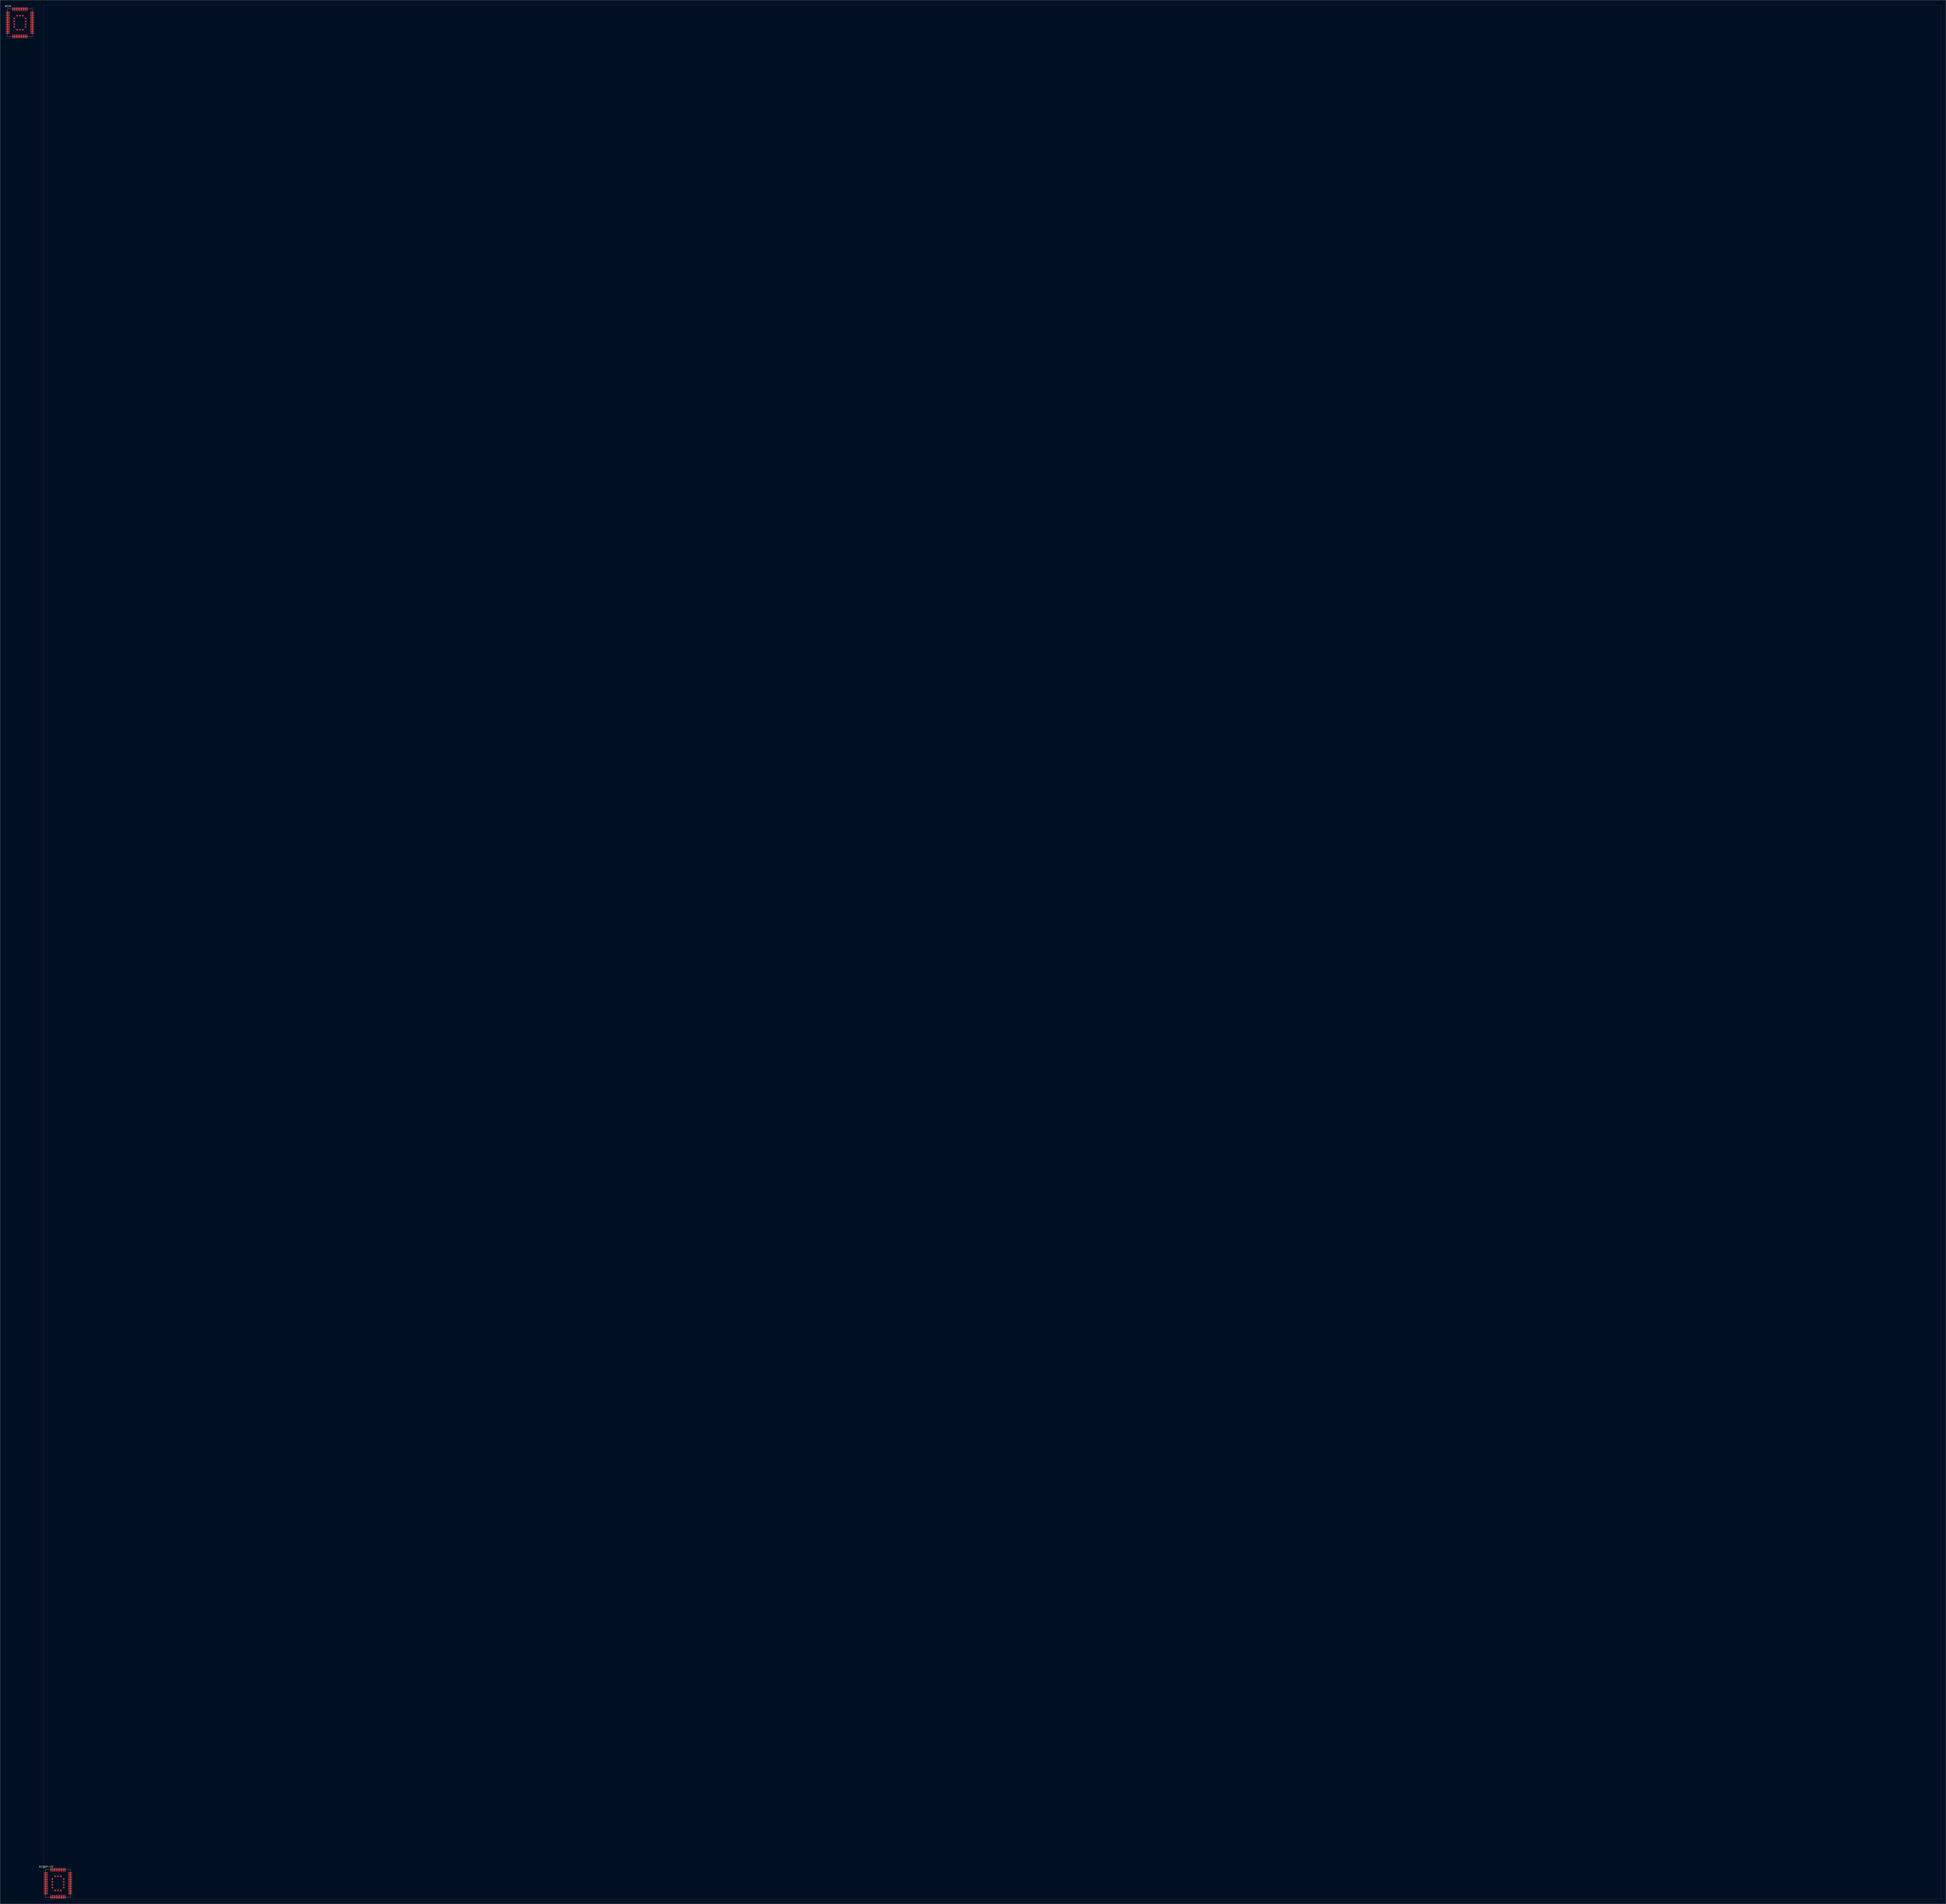
<source format=kicad_pcb>
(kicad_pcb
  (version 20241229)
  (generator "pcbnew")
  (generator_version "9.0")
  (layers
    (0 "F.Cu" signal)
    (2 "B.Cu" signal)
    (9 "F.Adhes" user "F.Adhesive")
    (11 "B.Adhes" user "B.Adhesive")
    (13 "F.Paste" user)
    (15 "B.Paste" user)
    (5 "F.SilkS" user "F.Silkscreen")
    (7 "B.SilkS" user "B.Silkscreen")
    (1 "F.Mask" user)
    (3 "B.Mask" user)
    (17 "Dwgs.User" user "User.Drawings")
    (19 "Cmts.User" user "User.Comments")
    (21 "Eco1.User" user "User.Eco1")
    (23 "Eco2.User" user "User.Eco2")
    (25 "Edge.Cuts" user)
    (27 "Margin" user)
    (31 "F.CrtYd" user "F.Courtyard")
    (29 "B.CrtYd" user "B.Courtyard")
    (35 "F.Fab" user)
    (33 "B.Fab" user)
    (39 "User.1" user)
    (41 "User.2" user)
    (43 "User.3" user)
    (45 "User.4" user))
  (footprint "BC25"
    (layer "F.Cu")
    (at 9.656 11.403)
    (property "Reference" "BC25" (at -7.579 -10.554 0) (layer "F.SilkS") (effects (font (size 1 1) (thickness 0.15))))
    (attr through_hole)
    (fp_line (start -7.9 -8.85) (end 7.9 -8.85) (stroke (width 0.1) (type solid)) (layer "F.SilkS"))
    (fp_line (start -7.9 8.85) (end -7.9 -8.85) (stroke (width 0.1) (type solid)) (layer "F.SilkS"))
    (fp_line (start -7.9 8.85) (end 7.9 8.85) (stroke (width 0.1) (type solid)) (layer "F.SilkS"))
    (fp_line (start 7.9 8.85) (end 7.9 -8.85) (stroke (width 0.1) (type solid)) (layer "F.SilkS"))
    (fp_line (start -8.95 -9.9) (end 8.95 -9.9) (stroke (width 0.05) (type solid)) (layer "F.CrtYd"))
    (fp_line (start -8.95 9.9) (end -8.95 -9.9) (stroke (width 0.05) (type solid)) (layer "F.CrtYd"))
    (fp_line (start 8.95 -9.9) (end 8.95 9.9) (stroke (width 0.05) (type solid)) (layer "F.CrtYd"))
    (fp_line (start 8.95 9.9) (end -8.95 9.9) (stroke (width 0.05) (type solid)) (layer "F.CrtYd"))
    (pad "1" smd oval (at -7.65 -6.6) (size 2.5 0.7) (layers "F.Cu" "F.Mask" "F.Paste"))
    (pad "2" smd oval (at -7.65 -5.5) (size 2.5 0.7) (layers "F.Cu" "F.Mask" "F.Paste"))
    (pad "3" smd oval (at -7.65 -4.4) (size 2.5 0.7) (layers "F.Cu" "F.Mask" "F.Paste"))
    (pad "4" smd oval (at -7.65 -3.3) (size 2.5 0.7) (layers "F.Cu" "F.Mask" "F.Paste"))
    (pad "5" smd oval (at -7.65 -2.2) (size 2.5 0.7) (layers "F.Cu" "F.Mask" "F.Paste"))
    (pad "6" smd oval (at -7.65 -1.1) (size 2.5 0.7) (layers "F.Cu" "F.Mask" "F.Paste"))
    (pad "7" smd oval (at -7.65 0) (size 2.5 0.7) (layers "F.Cu" "F.Mask" "F.Paste"))
    (pad "8" smd oval (at -7.65 1.1) (size 2.5 0.7) (layers "F.Cu" "F.Mask" "F.Paste"))
    (pad "9" smd oval (at -7.65 2.2) (size 2.5 0.7) (layers "F.Cu" "F.Mask" "F.Paste"))
    (pad "10" smd oval (at -7.65 3.3) (size 2.5 0.7) (layers "F.Cu" "F.Mask" "F.Paste"))
    (pad "11" smd oval (at -7.65 4.4) (size 2.5 0.7) (layers "F.Cu" "F.Mask" "F.Paste"))
    (pad "12" smd oval (at -7.65 5.5) (size 2.5 0.7) (layers "F.Cu" "F.Mask" "F.Paste"))
    (pad "13" smd oval (at -7.65 6.6) (size 2.5 0.7) (layers "F.Cu" "F.Mask" "F.Paste"))
    (pad "14" smd oval (at -4.4 8.6 90) (size 2.5 0.7) (layers "F.Cu" "F.Mask" "F.Paste"))
    (pad "15" smd oval (at -3.3 8.6 90) (size 2.5 0.7) (layers "F.Cu" "F.Mask" "F.Paste"))
    (pad "16" smd oval (at -2.2 8.6 90) (size 2.5 0.7) (layers "F.Cu" "F.Mask" "F.Paste"))
    (pad "17" smd oval (at -1.1 8.6 90) (size 2.5 0.7) (layers "F.Cu" "F.Mask" "F.Paste"))
    (pad "18" smd oval (at 0 8.6 90) (size 2.5 0.7) (layers "F.Cu" "F.Mask" "F.Paste"))
    (pad "19" smd oval (at 1.1 8.6 90) (size 2.5 0.7) (layers "F.Cu" "F.Mask" "F.Paste"))
    (pad "20" smd oval (at 2.2 8.6 90) (size 2.5 0.7) (layers "F.Cu" "F.Mask" "F.Paste"))
    (pad "21" smd oval (at 3.3 8.6 90) (size 2.5 0.7) (layers "F.Cu" "F.Mask" "F.Paste"))
    (pad "22" smd oval (at 4.4 8.6 90) (size 2.5 0.7) (layers "F.Cu" "F.Mask" "F.Paste"))
    (pad "23" smd oval (at 7.65 6.6) (size 2.5 0.7) (layers "F.Cu" "F.Mask" "F.Paste"))
    (pad "24" smd oval (at 7.65 5.5) (size 2.5 0.7) (layers "F.Cu" "F.Mask" "F.Paste"))
    (pad "25" smd oval (at 7.65 4.4) (size 2.5 0.7) (layers "F.Cu" "F.Mask" "F.Paste"))
    (pad "26" smd oval (at 7.65 3.3) (size 2.5 0.7) (layers "F.Cu" "F.Mask" "F.Paste"))
    (pad "27" smd oval (at 7.65 2.2) (size 2.5 0.7) (layers "F.Cu" "F.Mask" "F.Paste"))
    (pad "28" smd oval (at 7.65 1.1) (size 2.5 0.7) (layers "F.Cu" "F.Mask" "F.Paste"))
    (pad "29" smd oval (at 7.65 0) (size 2.5 0.7) (layers "F.Cu" "F.Mask" "F.Paste"))
    (pad "30" smd oval (at 7.65 -1.1) (size 2.5 0.7) (layers "F.Cu" "F.Mask" "F.Paste"))
    (pad "31" smd oval (at 7.65 -2.2) (size 2.5 0.7) (layers "F.Cu" "F.Mask" "F.Paste"))
    (pad "32" smd oval (at 7.65 -3.3) (size 2.5 0.7) (layers "F.Cu" "F.Mask" "F.Paste"))
    (pad "33" smd oval (at 7.65 -4.4) (size 2.5 0.7) (layers "F.Cu" "F.Mask" "F.Paste"))
    (pad "34" smd oval (at 7.65 -5.5) (size 2.5 0.7) (layers "F.Cu" "F.Mask" "F.Paste"))
    (pad "35" smd oval (at 7.65 -6.6) (size 2.5 0.7) (layers "F.Cu" "F.Mask" "F.Paste"))
    (pad "36" smd oval (at 4.4 -8.6 90) (size 2.5 0.7) (layers "F.Cu" "F.Mask" "F.Paste"))
    (pad "37" smd oval (at 3.3 -8.6 90) (size 2.5 0.7) (layers "F.Cu" "F.Mask" "F.Paste"))
    (pad "38" smd oval (at 2.2 -8.6 90) (size 2.5 0.7) (layers "F.Cu" "F.Mask" "F.Paste"))
    (pad "39" smd oval (at 1.1 -8.6 90) (size 2.5 0.7) (layers "F.Cu" "F.Mask" "F.Paste"))
    (pad "40" smd oval (at 0 -8.6 90) (size 2.5 0.7) (layers "F.Cu" "F.Mask" "F.Paste"))
    (pad "41" smd oval (at -1.1 -8.6 90) (size 2.5 0.7) (layers "F.Cu" "F.Mask" "F.Paste"))
    (pad "42" smd oval (at -2.2 -8.6 90) (size 2.5 0.7) (layers "F.Cu" "F.Mask" "F.Paste"))
    (pad "43" smd oval (at -3.3 -8.6 90) (size 2.5 0.7) (layers "F.Cu" "F.Mask" "F.Paste"))
    (pad "44" smd oval (at -4.4 -8.6 90) (size 2.5 0.7) (layers "F.Cu" "F.Mask" "F.Paste"))
    (pad "45" smd rect (at -3.6 -2.7) (size 1 1) (layers "F.Cu" "F.Mask" "F.Paste"))
    (pad "46" smd rect (at -3.6 -0.9) (size 1 1) (layers "F.Cu" "F.Mask" "F.Paste"))
    (pad "47" smd rect (at -3.6 0.9) (size 1 1) (layers "F.Cu" "F.Mask" "F.Paste"))
    (pad "48" smd rect (at -3.6 2.7) (size 1 1) (layers "F.Cu" "F.Mask" "F.Paste"))
    (pad "49" smd rect (at -1.8 4.5) (size 1 1) (layers "F.Cu" "F.Mask" "F.Paste"))
    (pad "50" smd rect (at 0 4.5) (size 1 1) (layers "F.Cu" "F.Mask" "F.Paste"))
    (pad "51" smd rect (at 1.8 4.5) (size 1 1) (layers "F.Cu" "F.Mask" "F.Paste"))
    (pad "52" smd rect (at 3.6 2.7) (size 1 1) (layers "F.Cu" "F.Mask" "F.Paste"))
    (pad "53" smd rect (at 3.6 0.9) (size 1 1) (layers "F.Cu" "F.Mask" "F.Paste"))
    (pad "54" smd rect (at 3.6 -0.9) (size 1 1) (layers "F.Cu" "F.Mask" "F.Paste"))
    (pad "55" smd rect (at 3.6 -2.7) (size 1 1) (layers "F.Cu" "F.Mask" "F.Paste"))
    (pad "56" smd rect (at 1.8 -4.5) (size 1 1) (layers "F.Cu" "F.Mask" "F.Paste"))
    (pad "57" smd rect (at 0 -4.5) (size 1 1) (layers "F.Cu" "F.Mask" "F.Paste"))
    (pad "58" smd rect (at -1.8 -4.5) (size 1 1) (layers "F.Cu" "F.Mask" "F.Paste")))
  (footprint "BC260Y-CN"
    (layer "F.Cu")
    (at 1231.998 0.575)
    (property "Reference" "BC260Y-CN" (at -1205.742 1185.106 0) (layer "F.SilkS") (effects (font (size 1 1) (thickness 0.15))))
    (attr through_hole)
    (fp_line (start -1207.168 1185.705) (end -1206.518 1185.705) (stroke (width 0.1) (type solid)) (layer "F.SilkS"))
    (fp_line (start -1207.168 1185.705) (end -1189.068 1185.705) (stroke (width 0.01) (type solid)) (layer "F.SilkS"))
    (fp_line (start -1207.168 1186.055) (end -1206.843 1185.73) (stroke (width 0.1) (type solid)) (layer "F.SilkS"))
    (fp_line (start -1207.168 1186.38) (end -1207.168 1185.705) (stroke (width 0.1) (type solid)) (layer "F.SilkS"))
    (fp_line (start -1207.168 1205.705) (end -1207.168 1185.705) (stroke (width 0.01) (type solid)) (layer "F.SilkS"))
    (fp_line (start -1207.168 1205.705) (end -1189.068 1205.705) (stroke (width 0.01) (type solid)) (layer "F.SilkS"))
    (fp_line (start -1206.018 1186.855) (end -1190.218 1186.855) (stroke (width 0.1) (type solid)) (layer "F.SilkS"))
    (fp_line (start -1206.018 1204.555) (end -1206.018 1186.855) (stroke (width 0.1) (type solid)) (layer "F.SilkS"))
    (fp_line (start -1206.018 1204.555) (end -1190.218 1204.555) (stroke (width 0.1) (type solid)) (layer "F.SilkS"))
    (fp_line (start -1190.218 1204.555) (end -1190.218 1186.855) (stroke (width 0.1) (type solid)) (layer "F.SilkS"))
    (fp_line (start -1189.068 1205.705) (end -1189.068 1185.705) (stroke (width 0.01) (type solid)) (layer "F.SilkS"))
    (fp_line (start -1207.218 -0.55) (end 0.55 -0.55) (stroke (width 0.05) (type solid)) (layer "F.CrtYd"))
    (fp_line (start -1207.218 1205.755) (end -1207.218 -0.55) (stroke (width 0.05) (type solid)) (layer "F.CrtYd"))
    (fp_line (start 0.55 -0.55) (end 0.55 1205.755) (stroke (width 0.05) (type solid)) (layer "F.CrtYd"))
    (fp_line (start 0.55 1205.755) (end -1207.218 1205.755) (stroke (width 0.05) (type solid)) (layer "F.CrtYd"))
    (pad "1" smd oval (at -1205.768 1189.105) (size 2.5 0.7) (layers "F.Cu" "F.Mask" "F.Paste"))
    (pad "2" smd oval (at -1205.768 1190.205) (size 2.5 0.7) (layers "F.Cu" "F.Mask" "F.Paste"))
    (pad "3" smd oval (at -1205.768 1191.305) (size 2.5 0.7) (layers "F.Cu" "F.Mask" "F.Paste"))
    (pad "4" smd oval (at -1205.768 1192.405) (size 2.5 0.7) (layers "F.Cu" "F.Mask" "F.Paste"))
    (pad "5" smd oval (at -1205.768 1193.505) (size 2.5 0.7) (layers "F.Cu" "F.Mask" "F.Paste"))
    (pad "6" smd oval (at -1205.768 1194.605) (size 2.5 0.7) (layers "F.Cu" "F.Mask" "F.Paste"))
    (pad "7" smd oval (at -1205.768 1195.705) (size 2.5 0.7) (layers "F.Cu" "F.Mask" "F.Paste"))
    (pad "8" smd oval (at -1205.768 1196.805) (size 2.5 0.7) (layers "F.Cu" "F.Mask" "F.Paste"))
    (pad "9" smd oval (at -1205.768 1197.905) (size 2.5 0.7) (layers "F.Cu" "F.Mask" "F.Paste"))
    (pad "10" smd oval (at -1205.768 1199.005) (size 2.5 0.7) (layers "F.Cu" "F.Mask" "F.Paste"))
    (pad "11" smd oval (at -1205.768 1200.105) (size 2.5 0.7) (layers "F.Cu" "F.Mask" "F.Paste"))
    (pad "12" smd oval (at -1205.768 1201.205) (size 2.5 0.7) (layers "F.Cu" "F.Mask" "F.Paste"))
    (pad "13" smd oval (at -1205.768 1202.305) (size 2.5 0.7) (layers "F.Cu" "F.Mask" "F.Paste"))
    (pad "14" smd oval (at -1202.518 1204.305 90) (size 2.5 0.7) (layers "F.Cu" "F.Mask" "F.Paste"))
    (pad "15" smd oval (at -1201.418 1204.305 90) (size 2.5 0.7) (layers "F.Cu" "F.Mask" "F.Paste"))
    (pad "16" smd oval (at -1200.318 1204.305 90) (size 2.5 0.7) (layers "F.Cu" "F.Mask" "F.Paste"))
    (pad "17" smd oval (at -1199.218 1204.305 90) (size 2.5 0.7) (layers "F.Cu" "F.Mask" "F.Paste"))
    (pad "18" smd oval (at -1198.118 1204.305 90) (size 2.5 0.7) (layers "F.Cu" "F.Mask" "F.Paste"))
    (pad "19" smd oval (at -1197.018 1204.305 90) (size 2.5 0.7) (layers "F.Cu" "F.Mask" "F.Paste"))
    (pad "20" smd oval (at -1195.918 1204.305 90) (size 2.5 0.7) (layers "F.Cu" "F.Mask" "F.Paste"))
    (pad "21" smd oval (at -1194.818 1204.305 90) (size 2.5 0.7) (layers "F.Cu" "F.Mask" "F.Paste"))
    (pad "22" smd oval (at -1193.718 1204.305 90) (size 2.5 0.7) (layers "F.Cu" "F.Mask" "F.Paste"))
    (pad "23" smd oval (at -1190.468 1202.305) (size 2.5 0.7) (layers "F.Cu" "F.Mask" "F.Paste"))
    (pad "24" smd oval (at -1190.468 1201.205) (size 2.5 0.7) (layers "F.Cu" "F.Mask" "F.Paste"))
    (pad "25" smd oval (at -1190.468 1200.105) (size 2.5 0.7) (layers "F.Cu" "F.Mask" "F.Paste"))
    (pad "26" smd oval (at -1190.468 1199.005) (size 2.5 0.7) (layers "F.Cu" "F.Mask" "F.Paste"))
    (pad "27" smd oval (at -1190.468 1197.905) (size 2.5 0.7) (layers "F.Cu" "F.Mask" "F.Paste"))
    (pad "28" smd oval (at -1190.468 1196.805) (size 2.5 0.7) (layers "F.Cu" "F.Mask" "F.Paste"))
    (pad "29" smd oval (at -1190.468 1195.705) (size 2.5 0.7) (layers "F.Cu" "F.Mask" "F.Paste"))
    (pad "30" smd oval (at -1190.468 1194.605) (size 2.5 0.7) (layers "F.Cu" "F.Mask" "F.Paste"))
    (pad "31" smd oval (at -1190.468 1193.505) (size 2.5 0.7) (layers "F.Cu" "F.Mask" "F.Paste"))
    (pad "32" smd oval (at -1190.468 1192.405) (size 2.5 0.7) (layers "F.Cu" "F.Mask" "F.Paste"))
    (pad "33" smd oval (at -1190.468 1191.305) (size 2.5 0.7) (layers "F.Cu" "F.Mask" "F.Paste"))
    (pad "34" smd oval (at -1190.468 1190.205) (size 2.5 0.7) (layers "F.Cu" "F.Mask" "F.Paste"))
    (pad "35" smd oval (at -1190.468 1189.105) (size 2.5 0.7) (layers "F.Cu" "F.Mask" "F.Paste"))
    (pad "36" smd oval (at -1193.718 1187.105 90) (size 2.5 0.7) (layers "F.Cu" "F.Mask" "F.Paste"))
    (pad "37" smd oval (at -1194.818 1187.105 90) (size 2.5 0.7) (layers "F.Cu" "F.Mask" "F.Paste"))
    (pad "38" smd oval (at -1195.918 1187.105 90) (size 2.5 0.7) (layers "F.Cu" "F.Mask" "F.Paste"))
    (pad "39" smd oval (at -1197.018 1187.105 90) (size 2.5 0.7) (layers "F.Cu" "F.Mask" "F.Paste"))
    (pad "40" smd oval (at -1198.118 1187.105 90) (size 2.5 0.7) (layers "F.Cu" "F.Mask" "F.Paste"))
    (pad "41" smd oval (at -1199.218 1187.105 90) (size 2.5 0.7) (layers "F.Cu" "F.Mask" "F.Paste"))
    (pad "42" smd oval (at -1200.318 1187.105 90) (size 2.5 0.7) (layers "F.Cu" "F.Mask" "F.Paste"))
    (pad "43" smd oval (at -1201.418 1187.105 90) (size 2.5 0.7) (layers "F.Cu" "F.Mask" "F.Paste"))
    (pad "44" smd oval (at -1202.518 1187.105 90) (size 2.5 0.7) (layers "F.Cu" "F.Mask" "F.Paste"))
    (pad "45" smd rect (at -1201.718 1193.005) (size 1 1) (layers "F.Cu" "F.Mask" "F.Paste"))
    (pad "46" smd rect (at -1201.718 1194.805) (size 1 1) (layers "F.Cu" "F.Mask" "F.Paste"))
    (pad "47" smd rect (at -1201.718 1196.605) (size 1 1) (layers "F.Cu" "F.Mask" "F.Paste"))
    (pad "48" smd rect (at -1201.718 1198.405) (size 1 1) (layers "F.Cu" "F.Mask" "F.Paste"))
    (pad "49" smd rect (at -1199.918 1200.205) (size 1 1) (layers "F.Cu" "F.Mask" "F.Paste"))
    (pad "50" smd rect (at -1198.118 1200.205) (size 1 1) (layers "F.Cu" "F.Mask" "F.Paste"))
    (pad "51" smd rect (at -1196.318 1200.205) (size 1 1) (layers "F.Cu" "F.Mask" "F.Paste"))
    (pad "52" smd rect (at -1194.518 1198.405) (size 1 1) (layers "F.Cu" "F.Mask" "F.Paste"))
    (pad "53" smd rect (at -1194.518 1196.605) (size 1 1) (layers "F.Cu" "F.Mask" "F.Paste"))
    (pad "54" smd rect (at -1194.518 1194.805) (size 1 1) (layers "F.Cu" "F.Mask" "F.Paste"))
    (pad "55" smd rect (at -1194.518 1193.005) (size 1 1) (layers "F.Cu" "F.Mask" "F.Paste"))
    (pad "56" smd rect (at -1196.318 1191.205) (size 1 1) (layers "F.Cu" "F.Mask" "F.Paste"))
    (pad "57" smd rect (at -1198.118 1191.205) (size 1 1) (layers "F.Cu" "F.Mask" "F.Paste"))
    (pad "58" smd rect (at -1199.918 1191.205) (size 1 1) (layers "F.Cu" "F.Mask" "F.Paste")))
  (gr_rect
    (start -3 -3)
    (end 1235.573 1209.355)
    (stroke (width 0.1) (type default))
    (fill no)
    (layer "Edge.Cuts")))
</source>
